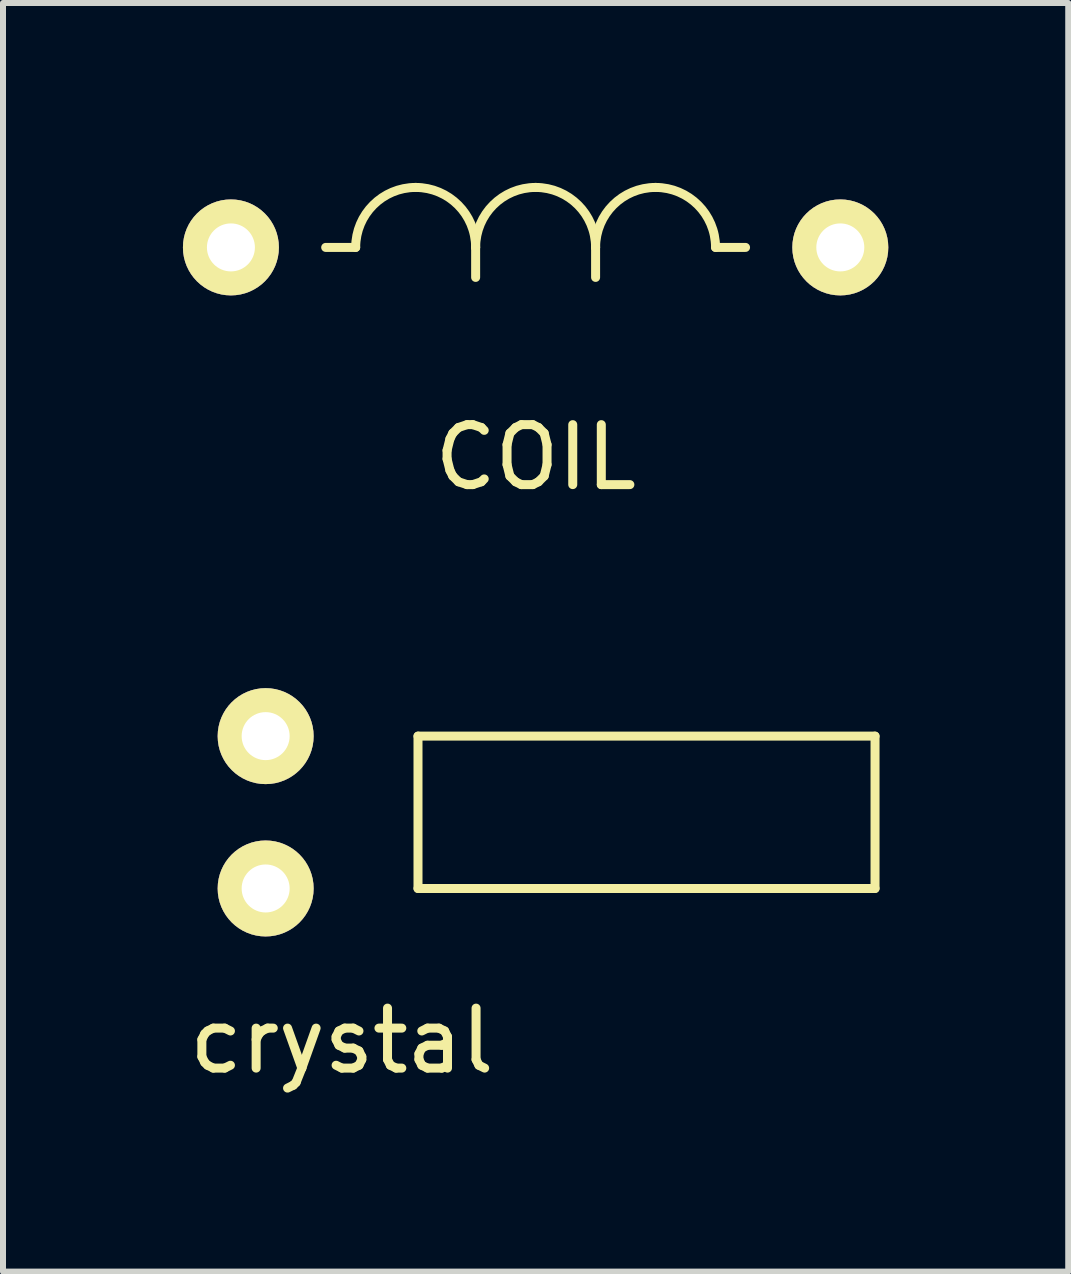
<source format=kicad_pcb>
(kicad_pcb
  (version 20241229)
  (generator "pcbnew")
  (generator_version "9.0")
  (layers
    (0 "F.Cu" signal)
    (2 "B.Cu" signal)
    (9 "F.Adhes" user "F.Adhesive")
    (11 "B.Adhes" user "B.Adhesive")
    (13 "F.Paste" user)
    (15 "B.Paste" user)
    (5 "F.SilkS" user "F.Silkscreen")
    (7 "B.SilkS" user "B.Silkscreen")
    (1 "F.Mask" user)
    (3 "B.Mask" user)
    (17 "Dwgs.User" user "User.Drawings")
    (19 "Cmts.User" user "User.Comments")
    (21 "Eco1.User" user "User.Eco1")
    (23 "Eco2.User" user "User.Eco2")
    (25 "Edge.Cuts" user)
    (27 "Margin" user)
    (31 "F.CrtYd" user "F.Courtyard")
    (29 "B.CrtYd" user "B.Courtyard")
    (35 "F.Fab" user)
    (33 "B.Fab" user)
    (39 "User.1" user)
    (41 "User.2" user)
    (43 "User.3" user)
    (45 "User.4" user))
  (footprint "COIL"
    (layer "F.Cu")
    (at 5.88 1.075)
    (property "Reference" "COIL" (at 0 3.5 0) (layer "F.SilkS") (effects (font (size 1 1) (thickness 0.15))))
    (attr through_hole)
    (fp_line (start -3.5 0) (end -3 0) (stroke (width 0.15) (type solid)) (layer "F.SilkS"))
    (fp_line (start -1 0.5) (end -1 0) (stroke (width 0.15) (type solid)) (layer "F.SilkS"))
    (fp_line (start 1 0.5) (end 1 0) (stroke (width 0.15) (type solid)) (layer "F.SilkS"))
    (fp_line (start 3.5 0) (end 3 0) (stroke (width 0.15) (type solid)) (layer "F.SilkS"))
    (fp_arc (start -3 0) (mid -2.707107 -0.707107) (end -2 -1) (stroke (width 0.15) (type solid)) (layer "F.SilkS"))
    (fp_arc (start -2 -1) (mid -1.292893 -0.707107) (end -1 0) (stroke (width 0.15) (type solid)) (layer "F.SilkS"))
    (fp_arc (start -1 0) (mid -0.707107 -0.707107) (end 0 -1) (stroke (width 0.15) (type solid)) (layer "F.SilkS"))
    (fp_arc (start 0 -1) (mid 0.707107 -0.707107) (end 1 0) (stroke (width 0.15) (type solid)) (layer "F.SilkS"))
    (fp_arc (start 1 0) (mid 1.292893 -0.707107) (end 2 -1) (stroke (width 0.15) (type solid)) (layer "F.SilkS"))
    (fp_arc (start 2 -1) (mid 2.707107 -0.707107) (end 3 0) (stroke (width 0.15) (type solid)) (layer "F.SilkS"))
    (pad "1" thru_hole circle (at -5.08 0) (size 1.6 1.6) (drill 0.8) (layers "*.Cu" "*.Mask" "F.SilkS"))
    (pad "2" thru_hole circle (at 5.08 0) (size 1.6 1.6) (drill 0.8) (layers "*.Cu" "*.Mask" "F.SilkS")))
  (footprint "crystal"
    (layer "F.Cu")
    (at 2.649 10.493)
    (property "Reference" "crystal" (at 0 3.81 0) (layer "F.SilkS") (effects (font (size 1 1) (thickness 0.15))))
    (attr through_hole)
    (fp_line (start 1.27 -1.27) (end 1.27 1.27) (stroke (width 0.15) (type solid)) (layer "F.SilkS"))
    (fp_line (start 1.27 1.27) (end 8.89 1.27) (stroke (width 0.15) (type solid)) (layer "F.SilkS"))
    (fp_line (start 8.89 -1.27) (end 1.27 -1.27) (stroke (width 0.15) (type solid)) (layer "F.SilkS"))
    (fp_line (start 8.89 1.27) (end 8.89 -1.27) (stroke (width 0.15) (type solid)) (layer "F.SilkS"))
    (pad "1" thru_hole circle (at -1.27 1.27) (size 1.6 1.6) (drill 0.8) (layers "*.Cu" "*.Mask" "F.SilkS"))
    (pad "2" thru_hole circle (at -1.27 -1.27) (size 1.6 1.6) (drill 0.8) (layers "*.Cu" "*.Mask" "F.SilkS")))
  (gr_rect
    (start -3 -3)
    (end 14.76 18.151)
    (stroke (width 0.1) (type default))
    (fill no)
    (layer "Edge.Cuts")))
</source>
